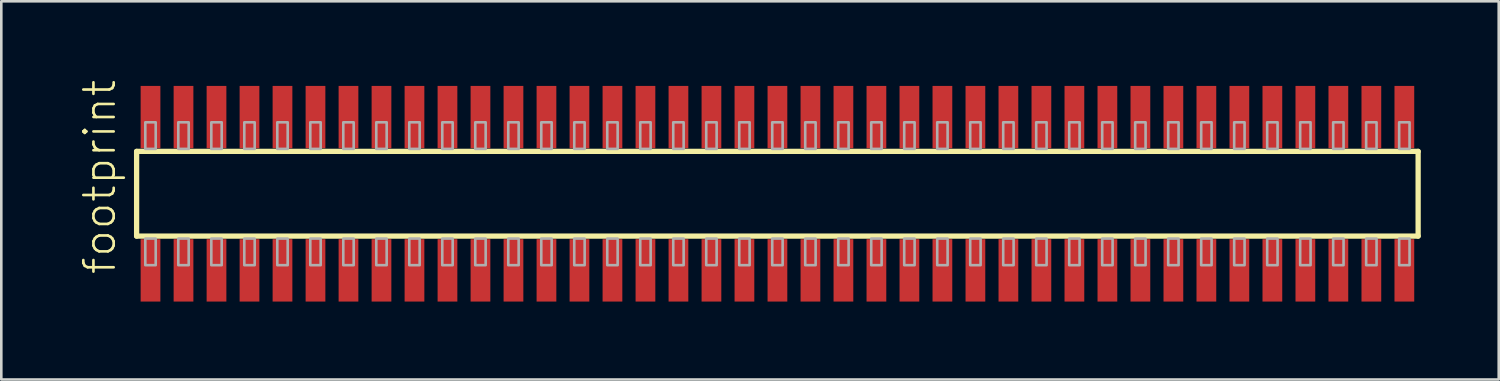
<source format=kicad_pcb>
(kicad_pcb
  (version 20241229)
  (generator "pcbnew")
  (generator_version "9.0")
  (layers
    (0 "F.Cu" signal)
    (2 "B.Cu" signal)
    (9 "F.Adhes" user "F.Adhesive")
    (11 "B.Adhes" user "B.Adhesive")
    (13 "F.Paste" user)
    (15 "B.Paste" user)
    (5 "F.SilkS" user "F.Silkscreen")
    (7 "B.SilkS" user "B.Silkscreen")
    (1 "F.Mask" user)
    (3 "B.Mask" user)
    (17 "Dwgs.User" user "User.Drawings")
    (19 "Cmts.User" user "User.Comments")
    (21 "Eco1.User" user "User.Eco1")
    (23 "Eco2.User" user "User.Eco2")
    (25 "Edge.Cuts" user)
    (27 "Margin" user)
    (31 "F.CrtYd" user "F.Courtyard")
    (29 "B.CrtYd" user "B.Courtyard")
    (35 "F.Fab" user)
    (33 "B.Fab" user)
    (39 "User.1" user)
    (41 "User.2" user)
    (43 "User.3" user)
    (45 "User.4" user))
  (footprint "footprint"
    (layer "F.Cu")
    (at 26.873 4.407)
    (property "Reference" "footprint" (at -25.4 3.175 90) (layer "F.SilkS") (effects (font (size 1.168 1.168) (thickness 0.102)) (justify left bottom)))
    (fp_line (start -24.665 -1.63) (end 24.66 -1.63) (stroke (width 0.203) (type solid)) (layer "F.SilkS"))
    (fp_line (start -24.665 1.63) (end -24.665 -1.63) (stroke (width 0.203) (type solid)) (layer "F.SilkS"))
    (fp_line (start 24.66 -1.63) (end 24.66 1.63) (stroke (width 0.203) (type solid)) (layer "F.SilkS"))
    (fp_line (start 24.66 1.63) (end -24.665 1.63) (stroke (width 0.203) (type solid)) (layer "F.SilkS"))
    (fp_poly (pts (xy -24.33 -1.725) (xy -23.93 -1.725) (xy -23.93 -2.75) (xy -24.33 -2.75)) (stroke (width 0.1) (type solid)) (fill no) (layer "F.Fab"))
    (fp_poly (pts (xy -23.93 1.725) (xy -24.33 1.725) (xy -24.33 2.75) (xy -23.93 2.75)) (stroke (width 0.1) (type solid)) (fill no) (layer "F.Fab"))
    (fp_poly (pts (xy -23.06 -1.725) (xy -22.66 -1.725) (xy -22.66 -2.75) (xy -23.06 -2.75)) (stroke (width 0.1) (type solid)) (fill no) (layer "F.Fab"))
    (fp_poly (pts (xy -22.66 1.725) (xy -23.06 1.725) (xy -23.06 2.75) (xy -22.66 2.75)) (stroke (width 0.1) (type solid)) (fill no) (layer "F.Fab"))
    (fp_poly (pts (xy -21.79 -1.725) (xy -21.39 -1.725) (xy -21.39 -2.75) (xy -21.79 -2.75)) (stroke (width 0.1) (type solid)) (fill no) (layer "F.Fab"))
    (fp_poly (pts (xy -21.39 1.725) (xy -21.79 1.725) (xy -21.79 2.75) (xy -21.39 2.75)) (stroke (width 0.1) (type solid)) (fill no) (layer "F.Fab"))
    (fp_poly (pts (xy -20.52 -1.725) (xy -20.12 -1.725) (xy -20.12 -2.75) (xy -20.52 -2.75)) (stroke (width 0.1) (type solid)) (fill no) (layer "F.Fab"))
    (fp_poly (pts (xy -20.12 1.725) (xy -20.52 1.725) (xy -20.52 2.75) (xy -20.12 2.75)) (stroke (width 0.1) (type solid)) (fill no) (layer "F.Fab"))
    (fp_poly (pts (xy -19.25 -1.725) (xy -18.85 -1.725) (xy -18.85 -2.75) (xy -19.25 -2.75)) (stroke (width 0.1) (type solid)) (fill no) (layer "F.Fab"))
    (fp_poly (pts (xy -18.85 1.725) (xy -19.25 1.725) (xy -19.25 2.75) (xy -18.85 2.75)) (stroke (width 0.1) (type solid)) (fill no) (layer "F.Fab"))
    (fp_poly (pts (xy -17.98 -1.725) (xy -17.58 -1.725) (xy -17.58 -2.75) (xy -17.98 -2.75)) (stroke (width 0.1) (type solid)) (fill no) (layer "F.Fab"))
    (fp_poly (pts (xy -17.58 1.725) (xy -17.98 1.725) (xy -17.98 2.75) (xy -17.58 2.75)) (stroke (width 0.1) (type solid)) (fill no) (layer "F.Fab"))
    (fp_poly (pts (xy -16.71 -1.725) (xy -16.31 -1.725) (xy -16.31 -2.75) (xy -16.71 -2.75)) (stroke (width 0.1) (type solid)) (fill no) (layer "F.Fab"))
    (fp_poly (pts (xy -16.31 1.725) (xy -16.71 1.725) (xy -16.71 2.75) (xy -16.31 2.75)) (stroke (width 0.1) (type solid)) (fill no) (layer "F.Fab"))
    (fp_poly (pts (xy -15.44 -1.725) (xy -15.04 -1.725) (xy -15.04 -2.75) (xy -15.44 -2.75)) (stroke (width 0.1) (type solid)) (fill no) (layer "F.Fab"))
    (fp_poly (pts (xy -15.04 1.725) (xy -15.44 1.725) (xy -15.44 2.75) (xy -15.04 2.75)) (stroke (width 0.1) (type solid)) (fill no) (layer "F.Fab"))
    (fp_poly (pts (xy -14.17 -1.725) (xy -13.77 -1.725) (xy -13.77 -2.75) (xy -14.17 -2.75)) (stroke (width 0.1) (type solid)) (fill no) (layer "F.Fab"))
    (fp_poly (pts (xy -13.77 1.725) (xy -14.17 1.725) (xy -14.17 2.75) (xy -13.77 2.75)) (stroke (width 0.1) (type solid)) (fill no) (layer "F.Fab"))
    (fp_poly (pts (xy -12.9 -1.725) (xy -12.5 -1.725) (xy -12.5 -2.75) (xy -12.9 -2.75)) (stroke (width 0.1) (type solid)) (fill no) (layer "F.Fab"))
    (fp_poly (pts (xy -12.5 1.725) (xy -12.9 1.725) (xy -12.9 2.75) (xy -12.5 2.75)) (stroke (width 0.1) (type solid)) (fill no) (layer "F.Fab"))
    (fp_poly (pts (xy -11.63 -1.725) (xy -11.23 -1.725) (xy -11.23 -2.75) (xy -11.63 -2.75)) (stroke (width 0.1) (type solid)) (fill no) (layer "F.Fab"))
    (fp_poly (pts (xy -11.23 1.725) (xy -11.63 1.725) (xy -11.63 2.75) (xy -11.23 2.75)) (stroke (width 0.1) (type solid)) (fill no) (layer "F.Fab"))
    (fp_poly (pts (xy -10.36 -1.725) (xy -9.96 -1.725) (xy -9.96 -2.75) (xy -10.36 -2.75)) (stroke (width 0.1) (type solid)) (fill no) (layer "F.Fab"))
    (fp_poly (pts (xy -9.96 1.725) (xy -10.36 1.725) (xy -10.36 2.75) (xy -9.96 2.75)) (stroke (width 0.1) (type solid)) (fill no) (layer "F.Fab"))
    (fp_poly (pts (xy -9.09 -1.725) (xy -8.69 -1.725) (xy -8.69 -2.75) (xy -9.09 -2.75)) (stroke (width 0.1) (type solid)) (fill no) (layer "F.Fab"))
    (fp_poly (pts (xy -8.69 1.725) (xy -9.09 1.725) (xy -9.09 2.75) (xy -8.69 2.75)) (stroke (width 0.1) (type solid)) (fill no) (layer "F.Fab"))
    (fp_poly (pts (xy -7.82 -1.725) (xy -7.42 -1.725) (xy -7.42 -2.75) (xy -7.82 -2.75)) (stroke (width 0.1) (type solid)) (fill no) (layer "F.Fab"))
    (fp_poly (pts (xy -7.42 1.725) (xy -7.82 1.725) (xy -7.82 2.75) (xy -7.42 2.75)) (stroke (width 0.1) (type solid)) (fill no) (layer "F.Fab"))
    (fp_poly (pts (xy -6.55 -1.725) (xy -6.15 -1.725) (xy -6.15 -2.75) (xy -6.55 -2.75)) (stroke (width 0.1) (type solid)) (fill no) (layer "F.Fab"))
    (fp_poly (pts (xy -6.15 1.725) (xy -6.55 1.725) (xy -6.55 2.75) (xy -6.15 2.75)) (stroke (width 0.1) (type solid)) (fill no) (layer "F.Fab"))
    (fp_poly (pts (xy -5.28 -1.725) (xy -4.88 -1.725) (xy -4.88 -2.75) (xy -5.28 -2.75)) (stroke (width 0.1) (type solid)) (fill no) (layer "F.Fab"))
    (fp_poly (pts (xy -4.88 1.725) (xy -5.28 1.725) (xy -5.28 2.75) (xy -4.88 2.75)) (stroke (width 0.1) (type solid)) (fill no) (layer "F.Fab"))
    (fp_poly (pts (xy -4.01 -1.725) (xy -3.61 -1.725) (xy -3.61 -2.75) (xy -4.01 -2.75)) (stroke (width 0.1) (type solid)) (fill no) (layer "F.Fab"))
    (fp_poly (pts (xy -3.61 1.725) (xy -4.01 1.725) (xy -4.01 2.75) (xy -3.61 2.75)) (stroke (width 0.1) (type solid)) (fill no) (layer "F.Fab"))
    (fp_poly (pts (xy -2.74 -1.725) (xy -2.34 -1.725) (xy -2.34 -2.75) (xy -2.74 -2.75)) (stroke (width 0.1) (type solid)) (fill no) (layer "F.Fab"))
    (fp_poly (pts (xy -2.34 1.725) (xy -2.74 1.725) (xy -2.74 2.75) (xy -2.34 2.75)) (stroke (width 0.1) (type solid)) (fill no) (layer "F.Fab"))
    (fp_poly (pts (xy -1.47 -1.725) (xy -1.07 -1.725) (xy -1.07 -2.75) (xy -1.47 -2.75)) (stroke (width 0.1) (type solid)) (fill no) (layer "F.Fab"))
    (fp_poly (pts (xy -1.07 1.725) (xy -1.47 1.725) (xy -1.47 2.75) (xy -1.07 2.75)) (stroke (width 0.1) (type solid)) (fill no) (layer "F.Fab"))
    (fp_poly (pts (xy -0.2 -1.725) (xy 0.2 -1.725) (xy 0.2 -2.75) (xy -0.2 -2.75)) (stroke (width 0.1) (type solid)) (fill no) (layer "F.Fab"))
    (fp_poly (pts (xy 0.2 1.725) (xy -0.2 1.725) (xy -0.2 2.75) (xy 0.2 2.75)) (stroke (width 0.1) (type solid)) (fill no) (layer "F.Fab"))
    (fp_poly (pts (xy 1.07 -1.725) (xy 1.47 -1.725) (xy 1.47 -2.75) (xy 1.07 -2.75)) (stroke (width 0.1) (type solid)) (fill no) (layer "F.Fab"))
    (fp_poly (pts (xy 1.47 1.725) (xy 1.07 1.725) (xy 1.07 2.75) (xy 1.47 2.75)) (stroke (width 0.1) (type solid)) (fill no) (layer "F.Fab"))
    (fp_poly (pts (xy 2.34 -1.725) (xy 2.74 -1.725) (xy 2.74 -2.75) (xy 2.34 -2.75)) (stroke (width 0.1) (type solid)) (fill no) (layer "F.Fab"))
    (fp_poly (pts (xy 2.74 1.725) (xy 2.34 1.725) (xy 2.34 2.75) (xy 2.74 2.75)) (stroke (width 0.1) (type solid)) (fill no) (layer "F.Fab"))
    (fp_poly (pts (xy 3.61 -1.725) (xy 4.01 -1.725) (xy 4.01 -2.75) (xy 3.61 -2.75)) (stroke (width 0.1) (type solid)) (fill no) (layer "F.Fab"))
    (fp_poly (pts (xy 4.01 1.725) (xy 3.61 1.725) (xy 3.61 2.75) (xy 4.01 2.75)) (stroke (width 0.1) (type solid)) (fill no) (layer "F.Fab"))
    (fp_poly (pts (xy 4.88 -1.725) (xy 5.28 -1.725) (xy 5.28 -2.75) (xy 4.88 -2.75)) (stroke (width 0.1) (type solid)) (fill no) (layer "F.Fab"))
    (fp_poly (pts (xy 5.28 1.725) (xy 4.88 1.725) (xy 4.88 2.75) (xy 5.28 2.75)) (stroke (width 0.1) (type solid)) (fill no) (layer "F.Fab"))
    (fp_poly (pts (xy 6.15 -1.725) (xy 6.55 -1.725) (xy 6.55 -2.75) (xy 6.15 -2.75)) (stroke (width 0.1) (type solid)) (fill no) (layer "F.Fab"))
    (fp_poly (pts (xy 6.55 1.725) (xy 6.15 1.725) (xy 6.15 2.75) (xy 6.55 2.75)) (stroke (width 0.1) (type solid)) (fill no) (layer "F.Fab"))
    (fp_poly (pts (xy 7.42 -1.725) (xy 7.82 -1.725) (xy 7.82 -2.75) (xy 7.42 -2.75)) (stroke (width 0.1) (type solid)) (fill no) (layer "F.Fab"))
    (fp_poly (pts (xy 7.82 1.725) (xy 7.42 1.725) (xy 7.42 2.75) (xy 7.82 2.75)) (stroke (width 0.1) (type solid)) (fill no) (layer "F.Fab"))
    (fp_poly (pts (xy 8.69 -1.725) (xy 9.09 -1.725) (xy 9.09 -2.75) (xy 8.69 -2.75)) (stroke (width 0.1) (type solid)) (fill no) (layer "F.Fab"))
    (fp_poly (pts (xy 9.09 1.725) (xy 8.69 1.725) (xy 8.69 2.75) (xy 9.09 2.75)) (stroke (width 0.1) (type solid)) (fill no) (layer "F.Fab"))
    (fp_poly (pts (xy 9.96 -1.725) (xy 10.36 -1.725) (xy 10.36 -2.75) (xy 9.96 -2.75)) (stroke (width 0.1) (type solid)) (fill no) (layer "F.Fab"))
    (fp_poly (pts (xy 10.36 1.725) (xy 9.96 1.725) (xy 9.96 2.75) (xy 10.36 2.75)) (stroke (width 0.1) (type solid)) (fill no) (layer "F.Fab"))
    (fp_poly (pts (xy 11.23 -1.725) (xy 11.63 -1.725) (xy 11.63 -2.75) (xy 11.23 -2.75)) (stroke (width 0.1) (type solid)) (fill no) (layer "F.Fab"))
    (fp_poly (pts (xy 11.63 1.725) (xy 11.23 1.725) (xy 11.23 2.75) (xy 11.63 2.75)) (stroke (width 0.1) (type solid)) (fill no) (layer "F.Fab"))
    (fp_poly (pts (xy 12.5 -1.725) (xy 12.9 -1.725) (xy 12.9 -2.75) (xy 12.5 -2.75)) (stroke (width 0.1) (type solid)) (fill no) (layer "F.Fab"))
    (fp_poly (pts (xy 12.9 1.725) (xy 12.5 1.725) (xy 12.5 2.75) (xy 12.9 2.75)) (stroke (width 0.1) (type solid)) (fill no) (layer "F.Fab"))
    (fp_poly (pts (xy 13.77 -1.725) (xy 14.17 -1.725) (xy 14.17 -2.75) (xy 13.77 -2.75)) (stroke (width 0.1) (type solid)) (fill no) (layer "F.Fab"))
    (fp_poly (pts (xy 14.17 1.725) (xy 13.77 1.725) (xy 13.77 2.75) (xy 14.17 2.75)) (stroke (width 0.1) (type solid)) (fill no) (layer "F.Fab"))
    (fp_poly (pts (xy 15.04 -1.725) (xy 15.44 -1.725) (xy 15.44 -2.75) (xy 15.04 -2.75)) (stroke (width 0.1) (type solid)) (fill no) (layer "F.Fab"))
    (fp_poly (pts (xy 15.44 1.725) (xy 15.04 1.725) (xy 15.04 2.75) (xy 15.44 2.75)) (stroke (width 0.1) (type solid)) (fill no) (layer "F.Fab"))
    (fp_poly (pts (xy 16.31 -1.725) (xy 16.71 -1.725) (xy 16.71 -2.75) (xy 16.31 -2.75)) (stroke (width 0.1) (type solid)) (fill no) (layer "F.Fab"))
    (fp_poly (pts (xy 16.71 1.725) (xy 16.31 1.725) (xy 16.31 2.75) (xy 16.71 2.75)) (stroke (width 0.1) (type solid)) (fill no) (layer "F.Fab"))
    (fp_poly (pts (xy 17.58 -1.725) (xy 17.98 -1.725) (xy 17.98 -2.75) (xy 17.58 -2.75)) (stroke (width 0.1) (type solid)) (fill no) (layer "F.Fab"))
    (fp_poly (pts (xy 17.98 1.725) (xy 17.58 1.725) (xy 17.58 2.75) (xy 17.98 2.75)) (stroke (width 0.1) (type solid)) (fill no) (layer "F.Fab"))
    (fp_poly (pts (xy 18.85 -1.725) (xy 19.25 -1.725) (xy 19.25 -2.75) (xy 18.85 -2.75)) (stroke (width 0.1) (type solid)) (fill no) (layer "F.Fab"))
    (fp_poly (pts (xy 19.25 1.725) (xy 18.85 1.725) (xy 18.85 2.75) (xy 19.25 2.75)) (stroke (width 0.1) (type solid)) (fill no) (layer "F.Fab"))
    (fp_poly (pts (xy 20.12 -1.725) (xy 20.52 -1.725) (xy 20.52 -2.75) (xy 20.12 -2.75)) (stroke (width 0.1) (type solid)) (fill no) (layer "F.Fab"))
    (fp_poly (pts (xy 20.52 1.725) (xy 20.12 1.725) (xy 20.12 2.75) (xy 20.52 2.75)) (stroke (width 0.1) (type solid)) (fill no) (layer "F.Fab"))
    (fp_poly (pts (xy 21.39 -1.725) (xy 21.79 -1.725) (xy 21.79 -2.75) (xy 21.39 -2.75)) (stroke (width 0.1) (type solid)) (fill no) (layer "F.Fab"))
    (fp_poly (pts (xy 21.79 1.725) (xy 21.39 1.725) (xy 21.39 2.75) (xy 21.79 2.75)) (stroke (width 0.1) (type solid)) (fill no) (layer "F.Fab"))
    (fp_poly (pts (xy 22.66 -1.725) (xy 23.06 -1.725) (xy 23.06 -2.75) (xy 22.66 -2.75)) (stroke (width 0.1) (type solid)) (fill no) (layer "F.Fab"))
    (fp_poly (pts (xy 23.06 1.725) (xy 22.66 1.725) (xy 22.66 2.75) (xy 23.06 2.75)) (stroke (width 0.1) (type solid)) (fill no) (layer "F.Fab"))
    (fp_poly (pts (xy 23.93 -1.725) (xy 24.33 -1.725) (xy 24.33 -2.75) (xy 23.93 -2.75)) (stroke (width 0.1) (type solid)) (fill no) (layer "F.Fab"))
    (fp_poly (pts (xy 24.33 1.725) (xy 23.93 1.725) (xy 23.93 2.75) (xy 24.33 2.75)) (stroke (width 0.1) (type solid)) (fill no) (layer "F.Fab"))
    (pad "1" smd rect (at -24.13 2.95) (size 0.76 2.4) (layers "F.Cu" "F.Mask" "F.Paste"))
    (pad "2" smd rect (at -24.13 -2.95) (size 0.76 2.4) (layers "F.Cu" "F.Mask" "F.Paste"))
    (pad "3" smd rect (at -22.86 2.95) (size 0.76 2.4) (layers "F.Cu" "F.Mask" "F.Paste"))
    (pad "4" smd rect (at -22.86 -2.95) (size 0.76 2.4) (layers "F.Cu" "F.Mask" "F.Paste"))
    (pad "5" smd rect (at -21.59 2.95) (size 0.76 2.4) (layers "F.Cu" "F.Mask" "F.Paste"))
    (pad "6" smd rect (at -21.59 -2.95) (size 0.76 2.4) (layers "F.Cu" "F.Mask" "F.Paste"))
    (pad "7" smd rect (at -20.32 2.95) (size 0.76 2.4) (layers "F.Cu" "F.Mask" "F.Paste"))
    (pad "8" smd rect (at -20.32 -2.95) (size 0.76 2.4) (layers "F.Cu" "F.Mask" "F.Paste"))
    (pad "9" smd rect (at -19.05 2.95) (size 0.76 2.4) (layers "F.Cu" "F.Mask" "F.Paste"))
    (pad "10" smd rect (at -19.05 -2.95) (size 0.76 2.4) (layers "F.Cu" "F.Mask" "F.Paste"))
    (pad "11" smd rect (at -17.78 2.95) (size 0.76 2.4) (layers "F.Cu" "F.Mask" "F.Paste"))
    (pad "12" smd rect (at -17.78 -2.95) (size 0.76 2.4) (layers "F.Cu" "F.Mask" "F.Paste"))
    (pad "13" smd rect (at -16.51 2.95) (size 0.76 2.4) (layers "F.Cu" "F.Mask" "F.Paste"))
    (pad "14" smd rect (at -16.51 -2.95) (size 0.76 2.4) (layers "F.Cu" "F.Mask" "F.Paste"))
    (pad "15" smd rect (at -15.24 2.95) (size 0.76 2.4) (layers "F.Cu" "F.Mask" "F.Paste"))
    (pad "16" smd rect (at -15.24 -2.95) (size 0.76 2.4) (layers "F.Cu" "F.Mask" "F.Paste"))
    (pad "17" smd rect (at -13.97 2.95) (size 0.76 2.4) (layers "F.Cu" "F.Mask" "F.Paste"))
    (pad "18" smd rect (at -13.97 -2.95) (size 0.76 2.4) (layers "F.Cu" "F.Mask" "F.Paste"))
    (pad "19" smd rect (at -12.7 2.95) (size 0.76 2.4) (layers "F.Cu" "F.Mask" "F.Paste"))
    (pad "20" smd rect (at -12.7 -2.95) (size 0.76 2.4) (layers "F.Cu" "F.Mask" "F.Paste"))
    (pad "21" smd rect (at -11.43 2.95) (size 0.76 2.4) (layers "F.Cu" "F.Mask" "F.Paste"))
    (pad "22" smd rect (at -11.43 -2.95) (size 0.76 2.4) (layers "F.Cu" "F.Mask" "F.Paste"))
    (pad "23" smd rect (at -10.16 2.95) (size 0.76 2.4) (layers "F.Cu" "F.Mask" "F.Paste"))
    (pad "24" smd rect (at -10.16 -2.95) (size 0.76 2.4) (layers "F.Cu" "F.Mask" "F.Paste"))
    (pad "25" smd rect (at -8.89 2.95) (size 0.76 2.4) (layers "F.Cu" "F.Mask" "F.Paste"))
    (pad "26" smd rect (at -8.89 -2.95) (size 0.76 2.4) (layers "F.Cu" "F.Mask" "F.Paste"))
    (pad "27" smd rect (at -7.62 2.95) (size 0.76 2.4) (layers "F.Cu" "F.Mask" "F.Paste"))
    (pad "28" smd rect (at -7.62 -2.95) (size 0.76 2.4) (layers "F.Cu" "F.Mask" "F.Paste"))
    (pad "29" smd rect (at -6.35 2.95) (size 0.76 2.4) (layers "F.Cu" "F.Mask" "F.Paste"))
    (pad "30" smd rect (at -6.35 -2.95) (size 0.76 2.4) (layers "F.Cu" "F.Mask" "F.Paste"))
    (pad "31" smd rect (at -5.08 2.95) (size 0.76 2.4) (layers "F.Cu" "F.Mask" "F.Paste"))
    (pad "32" smd rect (at -5.08 -2.95) (size 0.76 2.4) (layers "F.Cu" "F.Mask" "F.Paste"))
    (pad "33" smd rect (at -3.81 2.95) (size 0.76 2.4) (layers "F.Cu" "F.Mask" "F.Paste"))
    (pad "34" smd rect (at -3.81 -2.95) (size 0.76 2.4) (layers "F.Cu" "F.Mask" "F.Paste"))
    (pad "35" smd rect (at -2.54 2.95) (size 0.76 2.4) (layers "F.Cu" "F.Mask" "F.Paste"))
    (pad "36" smd rect (at -2.54 -2.95) (size 0.76 2.4) (layers "F.Cu" "F.Mask" "F.Paste"))
    (pad "37" smd rect (at -1.27 2.95) (size 0.76 2.4) (layers "F.Cu" "F.Mask" "F.Paste"))
    (pad "38" smd rect (at -1.27 -2.95) (size 0.76 2.4) (layers "F.Cu" "F.Mask" "F.Paste"))
    (pad "39" smd rect (at 0 2.95) (size 0.76 2.4) (layers "F.Cu" "F.Mask" "F.Paste"))
    (pad "40" smd rect (at 0 -2.95) (size 0.76 2.4) (layers "F.Cu" "F.Mask" "F.Paste"))
    (pad "41" smd rect (at 1.27 2.95) (size 0.76 2.4) (layers "F.Cu" "F.Mask" "F.Paste"))
    (pad "42" smd rect (at 1.27 -2.95) (size 0.76 2.4) (layers "F.Cu" "F.Mask" "F.Paste"))
    (pad "43" smd rect (at 2.54 2.95) (size 0.76 2.4) (layers "F.Cu" "F.Mask" "F.Paste"))
    (pad "44" smd rect (at 2.54 -2.95) (size 0.76 2.4) (layers "F.Cu" "F.Mask" "F.Paste"))
    (pad "45" smd rect (at 3.81 2.95) (size 0.76 2.4) (layers "F.Cu" "F.Mask" "F.Paste"))
    (pad "46" smd rect (at 3.81 -2.95) (size 0.76 2.4) (layers "F.Cu" "F.Mask" "F.Paste"))
    (pad "47" smd rect (at 5.08 2.95) (size 0.76 2.4) (layers "F.Cu" "F.Mask" "F.Paste"))
    (pad "48" smd rect (at 5.08 -2.95) (size 0.76 2.4) (layers "F.Cu" "F.Mask" "F.Paste"))
    (pad "49" smd rect (at 6.35 2.95) (size 0.76 2.4) (layers "F.Cu" "F.Mask" "F.Paste"))
    (pad "50" smd rect (at 6.35 -2.95) (size 0.76 2.4) (layers "F.Cu" "F.Mask" "F.Paste"))
    (pad "51" smd rect (at 7.62 2.95) (size 0.76 2.4) (layers "F.Cu" "F.Mask" "F.Paste"))
    (pad "52" smd rect (at 7.62 -2.95) (size 0.76 2.4) (layers "F.Cu" "F.Mask" "F.Paste"))
    (pad "53" smd rect (at 8.89 2.95) (size 0.76 2.4) (layers "F.Cu" "F.Mask" "F.Paste"))
    (pad "54" smd rect (at 8.89 -2.95) (size 0.76 2.4) (layers "F.Cu" "F.Mask" "F.Paste"))
    (pad "55" smd rect (at 10.16 2.95) (size 0.76 2.4) (layers "F.Cu" "F.Mask" "F.Paste"))
    (pad "56" smd rect (at 10.16 -2.95) (size 0.76 2.4) (layers "F.Cu" "F.Mask" "F.Paste"))
    (pad "57" smd rect (at 11.43 2.95) (size 0.76 2.4) (layers "F.Cu" "F.Mask" "F.Paste"))
    (pad "58" smd rect (at 11.43 -2.95) (size 0.76 2.4) (layers "F.Cu" "F.Mask" "F.Paste"))
    (pad "59" smd rect (at 12.7 2.95) (size 0.76 2.4) (layers "F.Cu" "F.Mask" "F.Paste"))
    (pad "60" smd rect (at 12.7 -2.95) (size 0.76 2.4) (layers "F.Cu" "F.Mask" "F.Paste"))
    (pad "61" smd rect (at 13.97 2.95) (size 0.76 2.4) (layers "F.Cu" "F.Mask" "F.Paste"))
    (pad "62" smd rect (at 13.97 -2.95) (size 0.76 2.4) (layers "F.Cu" "F.Mask" "F.Paste"))
    (pad "63" smd rect (at 15.24 2.95) (size 0.76 2.4) (layers "F.Cu" "F.Mask" "F.Paste"))
    (pad "64" smd rect (at 15.24 -2.95) (size 0.76 2.4) (layers "F.Cu" "F.Mask" "F.Paste"))
    (pad "65" smd rect (at 16.51 2.95) (size 0.76 2.4) (layers "F.Cu" "F.Mask" "F.Paste"))
    (pad "66" smd rect (at 16.51 -2.95) (size 0.76 2.4) (layers "F.Cu" "F.Mask" "F.Paste"))
    (pad "67" smd rect (at 17.78 2.95) (size 0.76 2.4) (layers "F.Cu" "F.Mask" "F.Paste"))
    (pad "68" smd rect (at 17.78 -2.95) (size 0.76 2.4) (layers "F.Cu" "F.Mask" "F.Paste"))
    (pad "69" smd rect (at 19.05 2.95) (size 0.76 2.4) (layers "F.Cu" "F.Mask" "F.Paste"))
    (pad "70" smd rect (at 19.05 -2.95) (size 0.76 2.4) (layers "F.Cu" "F.Mask" "F.Paste"))
    (pad "71" smd rect (at 20.32 2.95) (size 0.76 2.4) (layers "F.Cu" "F.Mask" "F.Paste"))
    (pad "72" smd rect (at 20.32 -2.95) (size 0.76 2.4) (layers "F.Cu" "F.Mask" "F.Paste"))
    (pad "73" smd rect (at 21.59 2.95) (size 0.76 2.4) (layers "F.Cu" "F.Mask" "F.Paste"))
    (pad "74" smd rect (at 21.59 -2.95) (size 0.76 2.4) (layers "F.Cu" "F.Mask" "F.Paste"))
    (pad "75" smd rect (at 22.86 2.95) (size 0.76 2.4) (layers "F.Cu" "F.Mask" "F.Paste"))
    (pad "76" smd rect (at 22.86 -2.95) (size 0.76 2.4) (layers "F.Cu" "F.Mask" "F.Paste"))
    (pad "77" smd rect (at 24.13 2.95) (size 0.76 2.4) (layers "F.Cu" "F.Mask" "F.Paste"))
    (pad "78" smd rect (at 24.13 -2.95) (size 0.76 2.4) (layers "F.Cu" "F.Mask" "F.Paste")))
  (gr_rect
    (start -3 -3)
    (end 54.635 11.557)
    (stroke (width 0.1) (type default))
    (fill no)
    (layer "Edge.Cuts")))
</source>
